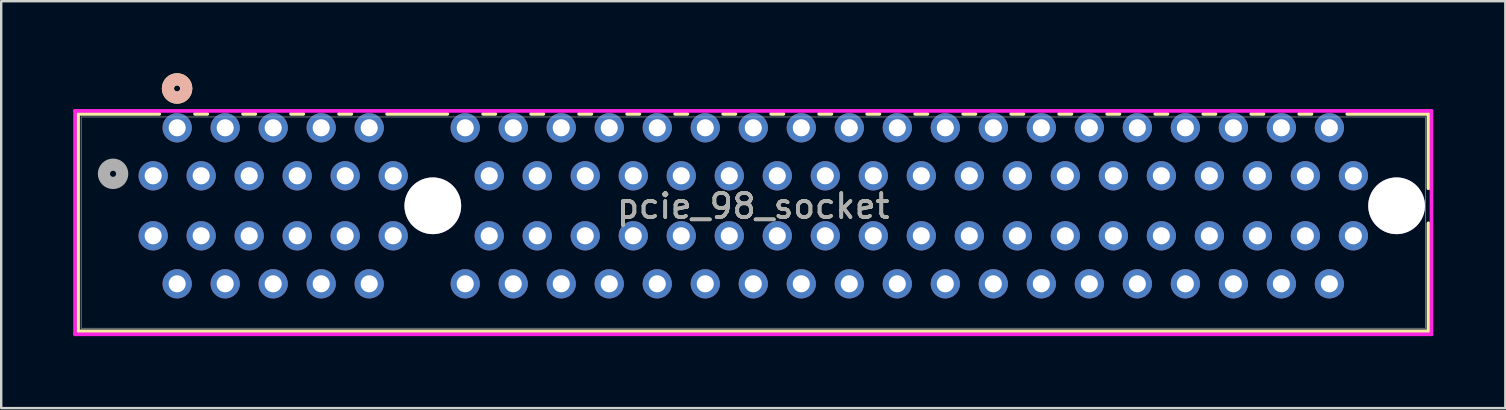
<source format=kicad_pcb>
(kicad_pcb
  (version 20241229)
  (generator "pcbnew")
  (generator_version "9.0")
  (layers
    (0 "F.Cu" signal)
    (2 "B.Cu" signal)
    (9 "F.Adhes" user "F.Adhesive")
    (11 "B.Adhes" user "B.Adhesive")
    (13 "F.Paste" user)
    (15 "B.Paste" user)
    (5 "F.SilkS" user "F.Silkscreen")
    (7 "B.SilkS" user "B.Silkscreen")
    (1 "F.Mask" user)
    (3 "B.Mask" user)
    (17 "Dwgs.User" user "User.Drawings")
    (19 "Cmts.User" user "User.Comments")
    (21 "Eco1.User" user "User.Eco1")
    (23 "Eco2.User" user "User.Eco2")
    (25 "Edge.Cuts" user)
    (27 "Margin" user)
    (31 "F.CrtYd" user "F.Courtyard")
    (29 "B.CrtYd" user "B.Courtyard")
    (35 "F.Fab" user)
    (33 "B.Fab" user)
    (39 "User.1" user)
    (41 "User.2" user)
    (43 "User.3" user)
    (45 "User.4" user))
  (footprint "pcie_98_socket"
    (layer "F.Cu")
    (at 3.33 4.273)
    (property "Reference" "pcie_98_socket" (at 25 1.264 0) (unlocked yes) (layer "F.SilkS") (effects (font (size 1 1) (thickness 0.15))))
    (attr through_hole)
    (fp_line (start -3.127 -2.577) (end 0.255 -2.577) (stroke (width 0.152) (type solid)) (layer "F.SilkS"))
    (fp_line (start -3.127 6.477) (end -3.127 -2.577) (stroke (width 0.152) (type solid)) (layer "F.SilkS"))
    (fp_line (start 1.745 -2.577) (end 2.255 -2.577) (stroke (width 0.152) (type solid)) (layer "F.SilkS"))
    (fp_line (start 3.745 -2.577) (end 4.255 -2.577) (stroke (width 0.152) (type solid)) (layer "F.SilkS"))
    (fp_line (start 5.745 -2.577) (end 6.255 -2.577) (stroke (width 0.152) (type solid)) (layer "F.SilkS"))
    (fp_line (start 7.745 -2.577) (end 8.255 -2.577) (stroke (width 0.152) (type solid)) (layer "F.SilkS"))
    (fp_line (start 9.745 -2.577) (end 12.255 -2.577) (stroke (width 0.152) (type solid)) (layer "F.SilkS"))
    (fp_line (start 13.745 -2.577) (end 14.255 -2.577) (stroke (width 0.152) (type solid)) (layer "F.SilkS"))
    (fp_line (start 15.745 -2.577) (end 16.255 -2.577) (stroke (width 0.152) (type solid)) (layer "F.SilkS"))
    (fp_line (start 17.745 -2.577) (end 18.255 -2.577) (stroke (width 0.152) (type solid)) (layer "F.SilkS"))
    (fp_line (start 19.745 -2.577) (end 20.255 -2.577) (stroke (width 0.152) (type solid)) (layer "F.SilkS"))
    (fp_line (start 21.745 -2.577) (end 22.255 -2.577) (stroke (width 0.152) (type solid)) (layer "F.SilkS"))
    (fp_line (start 23.745 -2.577) (end 24.255 -2.577) (stroke (width 0.152) (type solid)) (layer "F.SilkS"))
    (fp_line (start 25.745 -2.577) (end 26.255 -2.577) (stroke (width 0.152) (type solid)) (layer "F.SilkS"))
    (fp_line (start 27.745 -2.577) (end 28.255 -2.577) (stroke (width 0.152) (type solid)) (layer "F.SilkS"))
    (fp_line (start 29.745 -2.577) (end 30.255 -2.577) (stroke (width 0.152) (type solid)) (layer "F.SilkS"))
    (fp_line (start 31.745 -2.577) (end 32.255 -2.577) (stroke (width 0.152) (type solid)) (layer "F.SilkS"))
    (fp_line (start 33.745 -2.577) (end 34.255 -2.577) (stroke (width 0.152) (type solid)) (layer "F.SilkS"))
    (fp_line (start 35.745 -2.577) (end 36.255 -2.577) (stroke (width 0.152) (type solid)) (layer "F.SilkS"))
    (fp_line (start 37.745 -2.577) (end 38.255 -2.577) (stroke (width 0.152) (type solid)) (layer "F.SilkS"))
    (fp_line (start 39.745 -2.577) (end 40.255 -2.577) (stroke (width 0.152) (type solid)) (layer "F.SilkS"))
    (fp_line (start 41.745 -2.577) (end 42.255 -2.577) (stroke (width 0.152) (type solid)) (layer "F.SilkS"))
    (fp_line (start 43.745 -2.577) (end 44.255 -2.577) (stroke (width 0.152) (type solid)) (layer "F.SilkS"))
    (fp_line (start 45.745 -2.577) (end 46.255 -2.577) (stroke (width 0.152) (type solid)) (layer "F.SilkS"))
    (fp_line (start 47.745 -2.577) (end 48.255 -2.577) (stroke (width 0.152) (type solid)) (layer "F.SilkS"))
    (fp_line (start 49.745 -2.577) (end 53.127 -2.577) (stroke (width 0.152) (type solid)) (layer "F.SilkS"))
    (fp_line (start 53.127 -2.577) (end 53.127 0.521) (stroke (width 0.152) (type solid)) (layer "F.SilkS"))
    (fp_line (start 53.127 1.979) (end 53.127 6.477) (stroke (width 0.152) (type solid)) (layer "F.SilkS"))
    (fp_line (start 53.127 6.477) (end -3.127 6.477) (stroke (width 0.152) (type solid)) (layer "F.SilkS"))
    (fp_circle (center 0.997 -3.638) (end 1.378 -3.638) (stroke (width 0.508) (type solid)) (fill no) (layer "F.SilkS"))
    (fp_circle (center 0.997 -3.638) (end 1.378 -3.638) (stroke (width 0.508) (type solid)) (fill no) (layer "B.SilkS"))
    (fp_line (start -3.254 -2.704) (end -3.254 6.604) (stroke (width 0.152) (type solid)) (layer "F.CrtYd"))
    (fp_line (start -3.254 6.604) (end 53.254 6.604) (stroke (width 0.152) (type solid)) (layer "F.CrtYd"))
    (fp_line (start 53.254 -2.704) (end -3.254 -2.704) (stroke (width 0.152) (type solid)) (layer "F.CrtYd"))
    (fp_line (start 53.254 6.604) (end 53.254 -2.704) (stroke (width 0.152) (type solid)) (layer "F.CrtYd"))
    (fp_line (start -3 -2.45) (end -3 6.35) (stroke (width 0.025) (type solid)) (layer "F.Fab"))
    (fp_line (start -3 6.35) (end 53 6.35) (stroke (width 0.025) (type solid)) (layer "F.Fab"))
    (fp_line (start 53 -2.45) (end -3 -2.45) (stroke (width 0.025) (type solid)) (layer "F.Fab"))
    (fp_line (start 53 6.35) (end 53 -2.45) (stroke (width 0.025) (type solid)) (layer "F.Fab"))
    (fp_circle (center -1.67 -0.082) (end -1.289 -0.082) (stroke (width 0.508) (type solid)) (fill no) (layer "F.Fab"))
    (fp_text user "${REFERENCE}" (at 25 1.264 0) (unlocked yes) (layer "F.Fab") (effects (font (size 1 1) (thickness 0.15))))
    (pad "99" thru_hole circle (at 11.65 1.25) (size 2.362 2.362) (drill 2.362) (layers "*.Cu" "*.Mask"))
    (pad "100" thru_hole circle (at 51.8 1.25) (size 2.362 2.362) (drill 2.362) (layers "*.Cu" "*.Mask"))
    (pad "A1" thru_hole circle (at 0 0 90) (size 1.219 1.219) (drill 0.711) (layers "*.Cu" "*.Mask"))
    (pad "A2" thru_hole circle (at 1 -2 90) (size 1.219 1.219) (drill 0.711) (layers "*.Cu" "*.Mask"))
    (pad "A3" thru_hole circle (at 2 0 90) (size 1.219 1.219) (drill 0.711) (layers "*.Cu" "*.Mask"))
    (pad "A4" thru_hole circle (at 3 -2 90) (size 1.219 1.219) (drill 0.711) (layers "*.Cu" "*.Mask"))
    (pad "A5" thru_hole circle (at 4 0 90) (size 1.219 1.219) (drill 0.711) (layers "*.Cu" "*.Mask"))
    (pad "A6" thru_hole circle (at 5 -2 90) (size 1.219 1.219) (drill 0.711) (layers "*.Cu" "*.Mask"))
    (pad "A7" thru_hole circle (at 6 0 90) (size 1.219 1.219) (drill 0.711) (layers "*.Cu" "*.Mask"))
    (pad "A8" thru_hole circle (at 7 -2 90) (size 1.219 1.219) (drill 0.711) (layers "*.Cu" "*.Mask"))
    (pad "A9" thru_hole circle (at 8 0 90) (size 1.219 1.219) (drill 0.711) (layers "*.Cu" "*.Mask"))
    (pad "A10" thru_hole circle (at 9 -2 90) (size 1.219 1.219) (drill 0.711) (layers "*.Cu" "*.Mask"))
    (pad "A11" thru_hole circle (at 10 0 90) (size 1.219 1.219) (drill 0.711) (layers "*.Cu" "*.Mask"))
    (pad "A12" thru_hole circle (at 13 -2 90) (size 1.219 1.219) (drill 0.711) (layers "*.Cu" "*.Mask"))
    (pad "A13" thru_hole circle (at 14 0 90) (size 1.219 1.219) (drill 0.711) (layers "*.Cu" "*.Mask"))
    (pad "A14" thru_hole circle (at 15 -2 90) (size 1.219 1.219) (drill 0.711) (layers "*.Cu" "*.Mask"))
    (pad "A15" thru_hole circle (at 16 0 90) (size 1.219 1.219) (drill 0.711) (layers "*.Cu" "*.Mask"))
    (pad "A16" thru_hole circle (at 17 -2 90) (size 1.219 1.219) (drill 0.711) (layers "*.Cu" "*.Mask"))
    (pad "A17" thru_hole circle (at 18 0 90) (size 1.219 1.219) (drill 0.711) (layers "*.Cu" "*.Mask"))
    (pad "A18" thru_hole circle (at 19 -2 90) (size 1.219 1.219) (drill 0.711) (layers "*.Cu" "*.Mask"))
    (pad "A19" thru_hole circle (at 20 0 90) (size 1.219 1.219) (drill 0.711) (layers "*.Cu" "*.Mask"))
    (pad "A20" thru_hole circle (at 21 -2 90) (size 1.219 1.219) (drill 0.711) (layers "*.Cu" "*.Mask"))
    (pad "A21" thru_hole circle (at 22 0 90) (size 1.219 1.219) (drill 0.711) (layers "*.Cu" "*.Mask"))
    (pad "A22" thru_hole circle (at 23 -2 90) (size 1.219 1.219) (drill 0.711) (layers "*.Cu" "*.Mask"))
    (pad "A23" thru_hole circle (at 24 0 90) (size 1.219 1.219) (drill 0.711) (layers "*.Cu" "*.Mask"))
    (pad "A24" thru_hole circle (at 25 -2 90) (size 1.219 1.219) (drill 0.711) (layers "*.Cu" "*.Mask"))
    (pad "A25" thru_hole circle (at 26 0 90) (size 1.219 1.219) (drill 0.711) (layers "*.Cu" "*.Mask"))
    (pad "A26" thru_hole circle (at 27 -2 90) (size 1.219 1.219) (drill 0.711) (layers "*.Cu" "*.Mask"))
    (pad "A27" thru_hole circle (at 28 0 90) (size 1.219 1.219) (drill 0.711) (layers "*.Cu" "*.Mask"))
    (pad "A28" thru_hole circle (at 29 -2 90) (size 1.219 1.219) (drill 0.711) (layers "*.Cu" "*.Mask"))
    (pad "A29" thru_hole circle (at 30 0 90) (size 1.219 1.219) (drill 0.711) (layers "*.Cu" "*.Mask"))
    (pad "A30" thru_hole circle (at 31 -2 90) (size 1.219 1.219) (drill 0.711) (layers "*.Cu" "*.Mask"))
    (pad "A31" thru_hole circle (at 32 0 90) (size 1.219 1.219) (drill 0.711) (layers "*.Cu" "*.Mask"))
    (pad "A32" thru_hole circle (at 33 -2 90) (size 1.219 1.219) (drill 0.711) (layers "*.Cu" "*.Mask"))
    (pad "A33" thru_hole circle (at 34 0 90) (size 1.219 1.219) (drill 0.711) (layers "*.Cu" "*.Mask"))
    (pad "A34" thru_hole circle (at 35 -2 90) (size 1.219 1.219) (drill 0.711) (layers "*.Cu" "*.Mask"))
    (pad "A35" thru_hole circle (at 36 0 90) (size 1.219 1.219) (drill 0.711) (layers "*.Cu" "*.Mask"))
    (pad "A36" thru_hole circle (at 37 -2 90) (size 1.219 1.219) (drill 0.711) (layers "*.Cu" "*.Mask"))
    (pad "A37" thru_hole circle (at 38 0 90) (size 1.219 1.219) (drill 0.711) (layers "*.Cu" "*.Mask"))
    (pad "A38" thru_hole circle (at 39 -2 90) (size 1.219 1.219) (drill 0.711) (layers "*.Cu" "*.Mask"))
    (pad "A39" thru_hole circle (at 40 0 90) (size 1.219 1.219) (drill 0.711) (layers "*.Cu" "*.Mask"))
    (pad "A40" thru_hole circle (at 41 -2 90) (size 1.219 1.219) (drill 0.711) (layers "*.Cu" "*.Mask"))
    (pad "A41" thru_hole circle (at 42 0 90) (size 1.219 1.219) (drill 0.711) (layers "*.Cu" "*.Mask"))
    (pad "A42" thru_hole circle (at 43 -2 90) (size 1.219 1.219) (drill 0.711) (layers "*.Cu" "*.Mask"))
    (pad "A43" thru_hole circle (at 44 0 90) (size 1.219 1.219) (drill 0.711) (layers "*.Cu" "*.Mask"))
    (pad "A44" thru_hole circle (at 45 -2 90) (size 1.219 1.219) (drill 0.711) (layers "*.Cu" "*.Mask"))
    (pad "A45" thru_hole circle (at 46 0 90) (size 1.219 1.219) (drill 0.711) (layers "*.Cu" "*.Mask"))
    (pad "A46" thru_hole circle (at 47 -2 90) (size 1.219 1.219) (drill 0.711) (layers "*.Cu" "*.Mask"))
    (pad "A47" thru_hole circle (at 48 0 90) (size 1.219 1.219) (drill 0.711) (layers "*.Cu" "*.Mask"))
    (pad "A48" thru_hole circle (at 49 -2 90) (size 1.219 1.219) (drill 0.711) (layers "*.Cu" "*.Mask"))
    (pad "A49" thru_hole circle (at 50 0 90) (size 1.219 1.219) (drill 0.711) (layers "*.Cu" "*.Mask"))
    (pad "B1" thru_hole circle (at 0 2.5 90) (size 1.219 1.219) (drill 0.711) (layers "*.Cu" "*.Mask"))
    (pad "B2" thru_hole circle (at 1 4.5 90) (size 1.219 1.219) (drill 0.711) (layers "*.Cu" "*.Mask"))
    (pad "B3" thru_hole circle (at 2 2.5 90) (size 1.219 1.219) (drill 0.711) (layers "*.Cu" "*.Mask"))
    (pad "B4" thru_hole circle (at 3 4.5 90) (size 1.219 1.219) (drill 0.711) (layers "*.Cu" "*.Mask"))
    (pad "B5" thru_hole circle (at 4 2.5 90) (size 1.219 1.219) (drill 0.711) (layers "*.Cu" "*.Mask"))
    (pad "B6" thru_hole circle (at 5 4.5 90) (size 1.219 1.219) (drill 0.711) (layers "*.Cu" "*.Mask"))
    (pad "B7" thru_hole circle (at 6 2.5 90) (size 1.219 1.219) (drill 0.711) (layers "*.Cu" "*.Mask"))
    (pad "B8" thru_hole circle (at 7 4.5 90) (size 1.219 1.219) (drill 0.711) (layers "*.Cu" "*.Mask"))
    (pad "B9" thru_hole circle (at 8 2.5 90) (size 1.219 1.219) (drill 0.711) (layers "*.Cu" "*.Mask"))
    (pad "B10" thru_hole circle (at 9 4.5 90) (size 1.219 1.219) (drill 0.711) (layers "*.Cu" "*.Mask"))
    (pad "B11" thru_hole circle (at 10 2.5 90) (size 1.219 1.219) (drill 0.711) (layers "*.Cu" "*.Mask"))
    (pad "B12" thru_hole circle (at 13 4.5 90) (size 1.219 1.219) (drill 0.711) (layers "*.Cu" "*.Mask"))
    (pad "B13" thru_hole circle (at 14 2.5 90) (size 1.219 1.219) (drill 0.711) (layers "*.Cu" "*.Mask"))
    (pad "B14" thru_hole circle (at 15 4.5 90) (size 1.219 1.219) (drill 0.711) (layers "*.Cu" "*.Mask"))
    (pad "B15" thru_hole circle (at 16 2.5 90) (size 1.219 1.219) (drill 0.711) (layers "*.Cu" "*.Mask"))
    (pad "B16" thru_hole circle (at 17 4.5 90) (size 1.219 1.219) (drill 0.711) (layers "*.Cu" "*.Mask"))
    (pad "B17" thru_hole circle (at 18 2.5 90) (size 1.219 1.219) (drill 0.711) (layers "*.Cu" "*.Mask"))
    (pad "B18" thru_hole circle (at 19 4.5 90) (size 1.219 1.219) (drill 0.711) (layers "*.Cu" "*.Mask"))
    (pad "B19" thru_hole circle (at 20 2.5 90) (size 1.219 1.219) (drill 0.711) (layers "*.Cu" "*.Mask"))
    (pad "B20" thru_hole circle (at 21 4.5 90) (size 1.219 1.219) (drill 0.711) (layers "*.Cu" "*.Mask"))
    (pad "B21" thru_hole circle (at 22 2.5 90) (size 1.219 1.219) (drill 0.711) (layers "*.Cu" "*.Mask"))
    (pad "B22" thru_hole circle (at 23 4.5 90) (size 1.219 1.219) (drill 0.711) (layers "*.Cu" "*.Mask"))
    (pad "B23" thru_hole circle (at 24 2.5 90) (size 1.219 1.219) (drill 0.711) (layers "*.Cu" "*.Mask"))
    (pad "B73" thru_hole circle (at 25 4.5 90) (size 1.219 1.219) (drill 0.711) (layers "*.Cu" "*.Mask"))
    (pad "B74" thru_hole circle (at 26 2.5 90) (size 1.219 1.219) (drill 0.711) (layers "*.Cu" "*.Mask"))
    (pad "B75" thru_hole circle (at 27 4.5 90) (size 1.219 1.219) (drill 0.711) (layers "*.Cu" "*.Mask"))
    (pad "B76" thru_hole circle (at 28 2.5 90) (size 1.219 1.219) (drill 0.711) (layers "*.Cu" "*.Mask"))
    (pad "B77" thru_hole circle (at 29 4.5 90) (size 1.219 1.219) (drill 0.711) (layers "*.Cu" "*.Mask"))
    (pad "B78" thru_hole circle (at 30 2.5 90) (size 1.219 1.219) (drill 0.711) (layers "*.Cu" "*.Mask"))
    (pad "B79" thru_hole circle (at 31 4.5 90) (size 1.219 1.219) (drill 0.711) (layers "*.Cu" "*.Mask"))
    (pad "B80" thru_hole circle (at 32 2.5 90) (size 1.219 1.219) (drill 0.711) (layers "*.Cu" "*.Mask"))
    (pad "B81" thru_hole circle (at 33 4.5 90) (size 1.219 1.219) (drill 0.711) (layers "*.Cu" "*.Mask"))
    (pad "B82" thru_hole circle (at 34 2.5 90) (size 1.219 1.219) (drill 0.711) (layers "*.Cu" "*.Mask"))
    (pad "B83" thru_hole circle (at 35 4.5 90) (size 1.219 1.219) (drill 0.711) (layers "*.Cu" "*.Mask"))
    (pad "B84" thru_hole circle (at 36 2.5 90) (size 1.219 1.219) (drill 0.711) (layers "*.Cu" "*.Mask"))
    (pad "B85" thru_hole circle (at 37 4.5 90) (size 1.219 1.219) (drill 0.711) (layers "*.Cu" "*.Mask"))
    (pad "B86" thru_hole circle (at 38 2.5 90) (size 1.219 1.219) (drill 0.711) (layers "*.Cu" "*.Mask"))
    (pad "B87" thru_hole circle (at 39 4.5 90) (size 1.219 1.219) (drill 0.711) (layers "*.Cu" "*.Mask"))
    (pad "B88" thru_hole circle (at 40 2.5 90) (size 1.219 1.219) (drill 0.711) (layers "*.Cu" "*.Mask"))
    (pad "B89" thru_hole circle (at 41 4.5 90) (size 1.219 1.219) (drill 0.711) (layers "*.Cu" "*.Mask"))
    (pad "B90" thru_hole circle (at 42 2.5 90) (size 1.219 1.219) (drill 0.711) (layers "*.Cu" "*.Mask"))
    (pad "B91" thru_hole circle (at 43 4.5 90) (size 1.219 1.219) (drill 0.711) (layers "*.Cu" "*.Mask"))
    (pad "B92" thru_hole circle (at 44 2.5 90) (size 1.219 1.219) (drill 0.711) (layers "*.Cu" "*.Mask"))
    (pad "B93" thru_hole circle (at 45 4.5 90) (size 1.219 1.219) (drill 0.711) (layers "*.Cu" "*.Mask"))
    (pad "B94" thru_hole circle (at 46 2.5 90) (size 1.219 1.219) (drill 0.711) (layers "*.Cu" "*.Mask"))
    (pad "B95" thru_hole circle (at 47 4.5 90) (size 1.219 1.219) (drill 0.711) (layers "*.Cu" "*.Mask"))
    (pad "B96" thru_hole circle (at 48 2.5 90) (size 1.219 1.219) (drill 0.711) (layers "*.Cu" "*.Mask"))
    (pad "B97" thru_hole circle (at 49 4.5 90) (size 1.219 1.219) (drill 0.711) (layers "*.Cu" "*.Mask"))
    (pad "B98" thru_hole circle (at 50 2.5 90) (size 1.219 1.219) (drill 0.711) (layers "*.Cu" "*.Mask")))
  (gr_rect
    (start -3 -3)
    (end 59.66 13.953)
    (stroke (width 0.1) (type default))
    (fill no)
    (layer "Edge.Cuts")))
</source>
